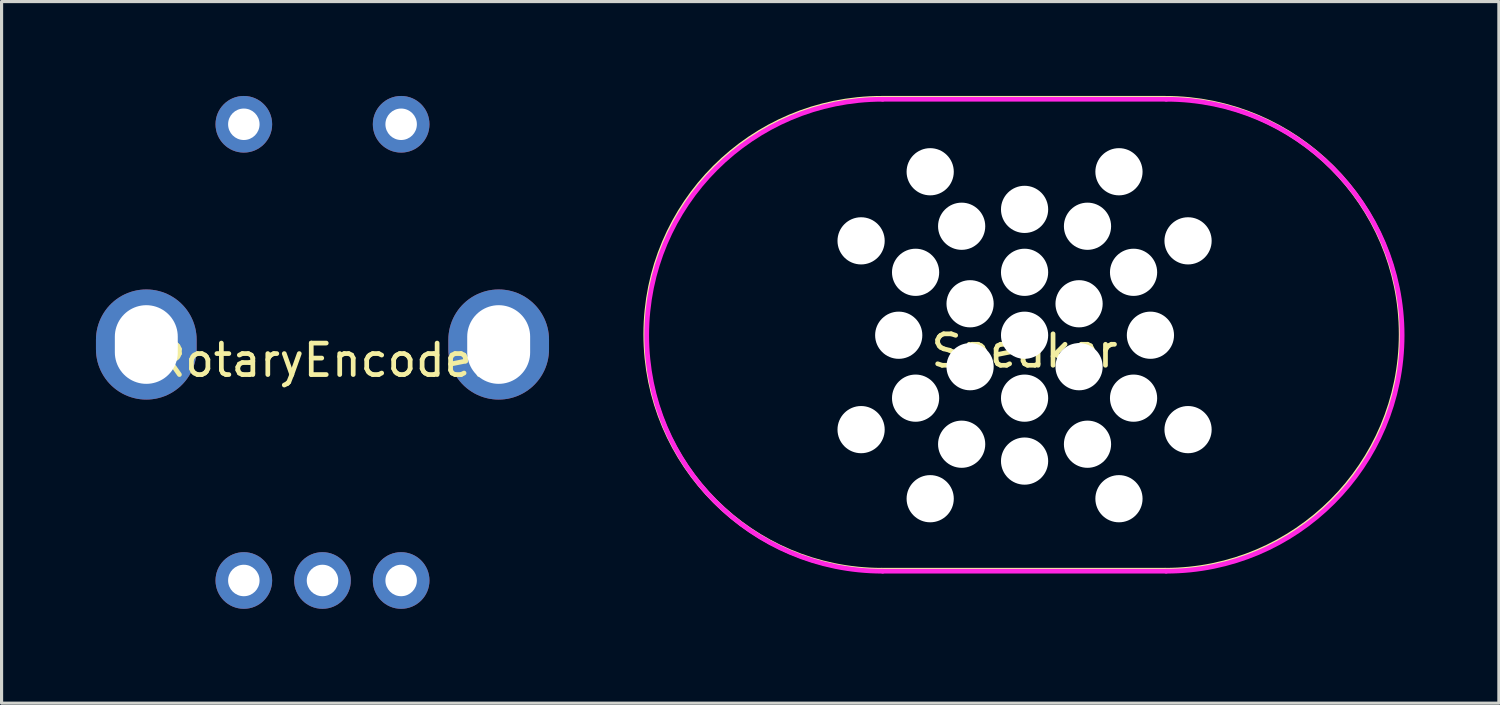
<source format=kicad_pcb>
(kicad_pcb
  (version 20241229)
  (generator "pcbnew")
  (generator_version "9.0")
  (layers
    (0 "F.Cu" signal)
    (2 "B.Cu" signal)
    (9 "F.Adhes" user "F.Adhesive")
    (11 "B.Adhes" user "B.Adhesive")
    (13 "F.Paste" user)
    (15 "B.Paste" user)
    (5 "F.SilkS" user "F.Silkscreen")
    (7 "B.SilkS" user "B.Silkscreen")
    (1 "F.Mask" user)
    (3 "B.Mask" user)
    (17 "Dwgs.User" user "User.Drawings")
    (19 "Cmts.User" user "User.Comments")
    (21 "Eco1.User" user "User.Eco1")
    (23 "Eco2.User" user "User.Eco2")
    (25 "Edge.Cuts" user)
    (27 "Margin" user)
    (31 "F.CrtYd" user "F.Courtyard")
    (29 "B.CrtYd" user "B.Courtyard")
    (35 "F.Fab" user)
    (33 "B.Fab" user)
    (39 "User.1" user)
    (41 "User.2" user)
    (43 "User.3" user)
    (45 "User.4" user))
  (footprint "Speaker"
    (layer "F.Cu")
    (at 29.515 7.605)
    (property "Reference" "Speaker" (at 0 0.5 0) (layer "F.SilkS") (effects (font (size 1 1) (thickness 0.15))))
    (attr through_hole)
    (fp_line (start -4.54 -7.53) (end 4.47 -7.53) (stroke (width 0.15) (type solid)) (layer "F.SilkS"))
    (fp_line (start 4.47 7.47) (end -4.54 7.47) (stroke (width 0.15) (type solid)) (layer "F.SilkS"))
    (fp_arc (start -4.54 7.47) (mid -12.04 -0.03) (end -4.54 -7.53) (stroke (width 0.15) (type solid)) (layer "F.SilkS"))
    (fp_arc (start 4.47 -7.53) (mid 11.97 -0.03) (end 4.47 7.47) (stroke (width 0.15) (type solid)) (layer "F.SilkS"))
    (fp_line (start -4.51 -7.5) (end 4.5 -7.5) (stroke (width 0.15) (type solid)) (layer "F.CrtYd"))
    (fp_line (start 4.5 7.5) (end -4.51 7.5) (stroke (width 0.15) (type solid)) (layer "F.CrtYd"))
    (fp_arc (start -4.51 7.5) (mid -12.01 0) (end -4.51 -7.5) (stroke (width 0.15) (type solid)) (layer "F.CrtYd"))
    (fp_arc (start 4.5 -7.5) (mid 12 0) (end 4.5 7.5) (stroke (width 0.15) (type solid)) (layer "F.CrtYd"))
    (pad "" np_thru_hole circle (at -5.196 -3) (size 1.5 1.5) (drill 1.5) (layers "*.Cu" "*.Mask"))
    (pad "" np_thru_hole circle (at -5.196 3) (size 1.5 1.5) (drill 1.5) (layers "*.Cu" "*.Mask"))
    (pad "" np_thru_hole circle (at -4 0) (size 1.5 1.5) (drill 1.5) (layers "*.Cu" "*.Mask"))
    (pad "" np_thru_hole circle (at -3.464 -2) (size 1.5 1.5) (drill 1.5) (layers "*.Cu" "*.Mask"))
    (pad "" np_thru_hole circle (at -3.464 2) (size 1.5 1.5) (drill 1.5) (layers "*.Cu" "*.Mask"))
    (pad "" np_thru_hole circle (at -3 -5.196) (size 1.5 1.5) (drill 1.5) (layers "*.Cu" "*.Mask"))
    (pad "" np_thru_hole circle (at -3 5.196) (size 1.5 1.5) (drill 1.5) (layers "*.Cu" "*.Mask"))
    (pad "" np_thru_hole circle (at -2 -3.464) (size 1.5 1.5) (drill 1.5) (layers "*.Cu" "*.Mask"))
    (pad "" np_thru_hole circle (at -2 3.464) (size 1.5 1.5) (drill 1.5) (layers "*.Cu" "*.Mask"))
    (pad "" np_thru_hole circle (at -1.732 -1) (size 1.5 1.5) (drill 1.5) (layers "*.Cu" "*.Mask"))
    (pad "" np_thru_hole circle (at -1.732 1) (size 1.5 1.5) (drill 1.5) (layers "*.Cu" "*.Mask"))
    (pad "" np_thru_hole circle (at 0 -4) (size 1.5 1.5) (drill 1.5) (layers "*.Cu" "*.Mask"))
    (pad "" np_thru_hole circle (at 0 -2) (size 1.5 1.5) (drill 1.5) (layers "*.Cu" "*.Mask"))
    (pad "" np_thru_hole circle (at 0 0) (size 1.5 1.5) (drill 1.5) (layers "*.Cu" "*.Mask"))
    (pad "" np_thru_hole circle (at 0 2) (size 1.5 1.5) (drill 1.5) (layers "*.Cu" "*.Mask"))
    (pad "" np_thru_hole circle (at 0 4) (size 1.5 1.5) (drill 1.5) (layers "*.Cu" "*.Mask"))
    (pad "" np_thru_hole circle (at 1.732 -1) (size 1.5 1.5) (drill 1.5) (layers "*.Cu" "*.Mask"))
    (pad "" np_thru_hole circle (at 1.732 1) (size 1.5 1.5) (drill 1.5) (layers "*.Cu" "*.Mask"))
    (pad "" np_thru_hole circle (at 2 -3.464) (size 1.5 1.5) (drill 1.5) (layers "*.Cu" "*.Mask"))
    (pad "" np_thru_hole circle (at 2 3.464) (size 1.5 1.5) (drill 1.5) (layers "*.Cu" "*.Mask"))
    (pad "" np_thru_hole circle (at 3 -5.196) (size 1.5 1.5) (drill 1.5) (layers "*.Cu" "*.Mask"))
    (pad "" np_thru_hole circle (at 3 5.196) (size 1.5 1.5) (drill 1.5) (layers "*.Cu" "*.Mask"))
    (pad "" np_thru_hole circle (at 3.464 -2) (size 1.5 1.5) (drill 1.5) (layers "*.Cu" "*.Mask"))
    (pad "" np_thru_hole circle (at 3.464 2) (size 1.5 1.5) (drill 1.5) (layers "*.Cu" "*.Mask"))
    (pad "" np_thru_hole circle (at 4 0) (size 1.5 1.5) (drill 1.5) (layers "*.Cu" "*.Mask"))
    (pad "" np_thru_hole circle (at 5.196 -3) (size 1.5 1.5) (drill 1.5) (layers "*.Cu" "*.Mask"))
    (pad "" np_thru_hole circle (at 5.196 3) (size 1.5 1.5) (drill 1.5) (layers "*.Cu" "*.Mask")))
  (footprint "RotaryEncoder"
    (layer "F.Cu")
    (at 7.2 7.9)
    (property "Reference" "RotaryEncoder" (at 0 0.5 0) (layer "F.SilkS") (effects (font (size 1 1) (thickness 0.15))))
    (attr through_hole)
    (pad "1" thru_hole oval (at -5.6 0) (size 3.2 3.5) (drill oval 2 2.5) (layers "*.Cu" "*.Mask"))
    (pad "1" thru_hole oval (at 5.6 0) (size 3.2 3.5) (drill oval 2 2.5) (layers "*.Cu" "*.Mask"))
    (pad "A" thru_hole circle (at -2.5 7.5) (size 1.8 1.8) (drill 1) (layers "*.Cu" "*.Mask"))
    (pad "B" thru_hole circle (at 2.5 7.5) (size 1.8 1.8) (drill 1) (layers "*.Cu" "*.Mask"))
    (pad "C" thru_hole circle (at 0 7.5) (size 1.8 1.8) (drill 1) (layers "*.Cu" "*.Mask"))
    (pad "S1" thru_hole circle (at -2.5 -7) (size 1.8 1.8) (drill 1) (layers "*.Cu" "*.Mask"))
    (pad "S2" thru_hole circle (at 2.5 -7) (size 1.8 1.8) (drill 1) (layers "*.Cu" "*.Mask")))
  (gr_rect
    (start -3 -3)
    (end 44.59 19.3)
    (stroke (width 0.1) (type default))
    (fill no)
    (layer "Edge.Cuts")))
</source>
